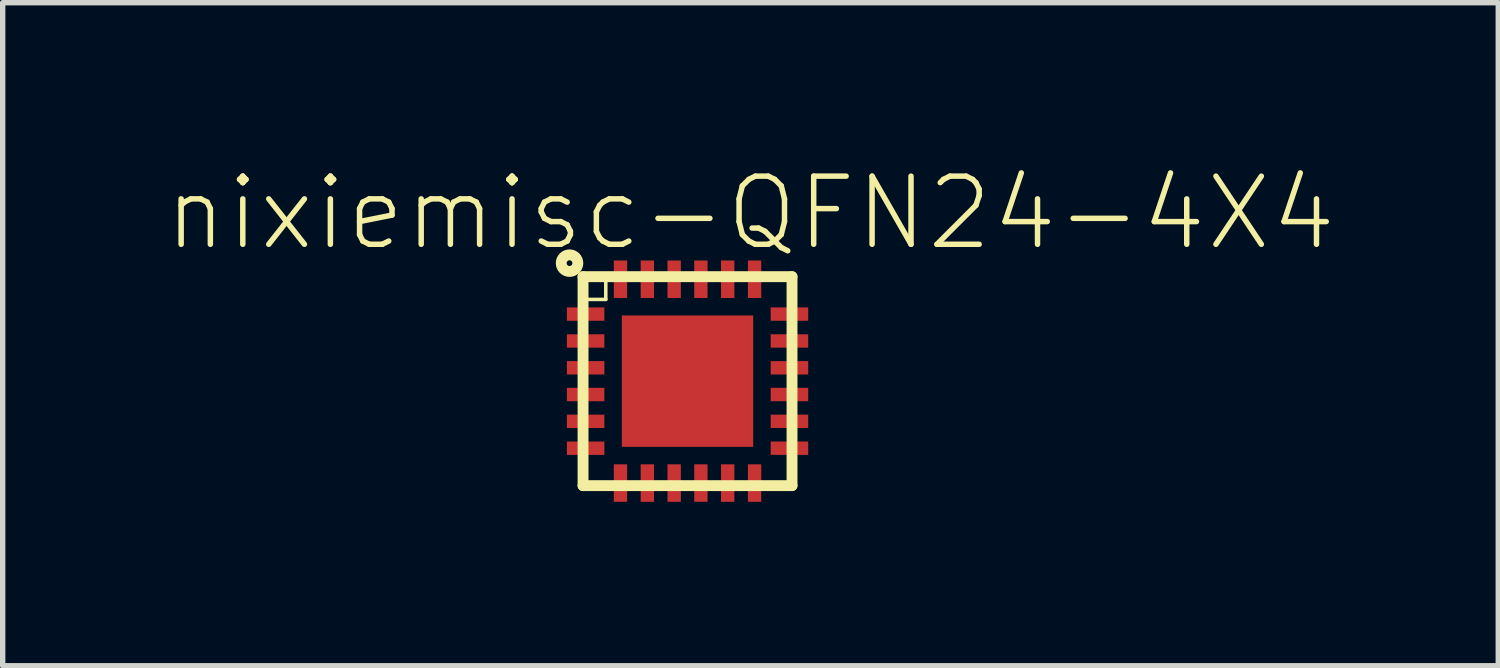
<source format=kicad_pcb>
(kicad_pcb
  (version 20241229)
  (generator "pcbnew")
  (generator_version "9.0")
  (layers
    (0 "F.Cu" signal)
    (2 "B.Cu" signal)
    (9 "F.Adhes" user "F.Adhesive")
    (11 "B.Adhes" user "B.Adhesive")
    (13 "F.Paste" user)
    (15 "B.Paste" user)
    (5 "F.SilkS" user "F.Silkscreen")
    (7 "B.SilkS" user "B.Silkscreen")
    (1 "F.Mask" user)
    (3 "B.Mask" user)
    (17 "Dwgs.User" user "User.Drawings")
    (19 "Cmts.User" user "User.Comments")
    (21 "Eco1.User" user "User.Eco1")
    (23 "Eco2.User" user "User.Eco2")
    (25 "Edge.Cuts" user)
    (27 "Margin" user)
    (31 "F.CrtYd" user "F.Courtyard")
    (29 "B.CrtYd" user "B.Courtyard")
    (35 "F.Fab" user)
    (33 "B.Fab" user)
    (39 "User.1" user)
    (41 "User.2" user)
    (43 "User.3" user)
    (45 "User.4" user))
  (footprint "nixiemisc-QFN24-4X4"
    (layer "F.Cu")
    (at 9.768 4.056)
    (property "Reference" "nixiemisc-QFN24-4X4" (at 1.173 -3.134 0) (layer "F.SilkS") (effects (font (size 1.27 1.27) (thickness 0.102))))
    (attr smd)
    (fp_line (start -2.273 -1.4) (end -1.524 -1.4) (stroke (width 0.066) (type solid)) (layer "F.Mask"))
    (fp_line (start -2.273 -1.1) (end -2.273 -1.4) (stroke (width 0.066) (type solid)) (layer "F.Mask"))
    (fp_line (start -2.273 -1.1) (end -1.524 -1.1) (stroke (width 0.066) (type solid)) (layer "F.Mask"))
    (fp_line (start -2.273 -0.899) (end -1.524 -0.899) (stroke (width 0.066) (type solid)) (layer "F.Mask"))
    (fp_line (start -2.273 -0.599) (end -2.273 -0.899) (stroke (width 0.066) (type solid)) (layer "F.Mask"))
    (fp_line (start -2.273 -0.599) (end -1.524 -0.599) (stroke (width 0.066) (type solid)) (layer "F.Mask"))
    (fp_line (start -2.273 -0.399) (end -1.524 -0.399) (stroke (width 0.066) (type solid)) (layer "F.Mask"))
    (fp_line (start -2.273 -0.099) (end -2.273 -0.399) (stroke (width 0.066) (type solid)) (layer "F.Mask"))
    (fp_line (start -2.273 -0.099) (end -1.524 -0.099) (stroke (width 0.066) (type solid)) (layer "F.Mask"))
    (fp_line (start -2.273 0.099) (end -1.524 0.099) (stroke (width 0.066) (type solid)) (layer "F.Mask"))
    (fp_line (start -2.273 0.399) (end -2.273 0.099) (stroke (width 0.066) (type solid)) (layer "F.Mask"))
    (fp_line (start -2.273 0.399) (end -1.524 0.399) (stroke (width 0.066) (type solid)) (layer "F.Mask"))
    (fp_line (start -2.273 0.599) (end -1.524 0.599) (stroke (width 0.066) (type solid)) (layer "F.Mask"))
    (fp_line (start -2.273 0.899) (end -2.273 0.599) (stroke (width 0.066) (type solid)) (layer "F.Mask"))
    (fp_line (start -2.273 0.899) (end -1.524 0.899) (stroke (width 0.066) (type solid)) (layer "F.Mask"))
    (fp_line (start -2.273 1.1) (end -1.524 1.1) (stroke (width 0.066) (type solid)) (layer "F.Mask"))
    (fp_line (start -2.273 1.4) (end -2.273 1.1) (stroke (width 0.066) (type solid)) (layer "F.Mask"))
    (fp_line (start -2.273 1.4) (end -1.524 1.4) (stroke (width 0.066) (type solid)) (layer "F.Mask"))
    (fp_line (start -1.524 -1.1) (end -1.524 -1.4) (stroke (width 0.066) (type solid)) (layer "F.Mask"))
    (fp_line (start -1.524 -0.599) (end -1.524 -0.899) (stroke (width 0.066) (type solid)) (layer "F.Mask"))
    (fp_line (start -1.524 -0.099) (end -1.524 -0.399) (stroke (width 0.066) (type solid)) (layer "F.Mask"))
    (fp_line (start -1.524 0.399) (end -1.524 0.099) (stroke (width 0.066) (type solid)) (layer "F.Mask"))
    (fp_line (start -1.524 0.899) (end -1.524 0.599) (stroke (width 0.066) (type solid)) (layer "F.Mask"))
    (fp_line (start -1.524 1.4) (end -1.524 1.1) (stroke (width 0.066) (type solid)) (layer "F.Mask"))
    (fp_line (start -1.4 -2.273) (end -1.4 -1.524) (stroke (width 0.066) (type solid)) (layer "F.Mask"))
    (fp_line (start -1.4 -2.273) (end -1.1 -2.273) (stroke (width 0.066) (type solid)) (layer "F.Mask"))
    (fp_line (start -1.4 -1.524) (end -1.1 -1.524) (stroke (width 0.066) (type solid)) (layer "F.Mask"))
    (fp_line (start -1.4 2.273) (end -1.4 1.524) (stroke (width 0.066) (type solid)) (layer "F.Mask"))
    (fp_line (start -1.1 -2.273) (end -1.1 -1.524) (stroke (width 0.066) (type solid)) (layer "F.Mask"))
    (fp_line (start -1.1 1.524) (end -1.4 1.524) (stroke (width 0.066) (type solid)) (layer "F.Mask"))
    (fp_line (start -1.1 2.273) (end -1.4 2.273) (stroke (width 0.066) (type solid)) (layer "F.Mask"))
    (fp_line (start -1.1 2.273) (end -1.1 1.524) (stroke (width 0.066) (type solid)) (layer "F.Mask"))
    (fp_line (start -0.899 -2.273) (end -0.899 -1.524) (stroke (width 0.066) (type solid)) (layer "F.Mask"))
    (fp_line (start -0.899 -2.273) (end -0.599 -2.273) (stroke (width 0.066) (type solid)) (layer "F.Mask"))
    (fp_line (start -0.899 -1.524) (end -0.599 -1.524) (stroke (width 0.066) (type solid)) (layer "F.Mask"))
    (fp_line (start -0.899 2.273) (end -0.899 1.524) (stroke (width 0.066) (type solid)) (layer "F.Mask"))
    (fp_line (start -0.599 -2.273) (end -0.599 -1.524) (stroke (width 0.066) (type solid)) (layer "F.Mask"))
    (fp_line (start -0.599 1.524) (end -0.899 1.524) (stroke (width 0.066) (type solid)) (layer "F.Mask"))
    (fp_line (start -0.599 2.273) (end -0.899 2.273) (stroke (width 0.066) (type solid)) (layer "F.Mask"))
    (fp_line (start -0.599 2.273) (end -0.599 1.524) (stroke (width 0.066) (type solid)) (layer "F.Mask"))
    (fp_line (start -0.399 -2.273) (end -0.399 -1.524) (stroke (width 0.066) (type solid)) (layer "F.Mask"))
    (fp_line (start -0.399 -2.273) (end -0.099 -2.273) (stroke (width 0.066) (type solid)) (layer "F.Mask"))
    (fp_line (start -0.399 -1.524) (end -0.099 -1.524) (stroke (width 0.066) (type solid)) (layer "F.Mask"))
    (fp_line (start -0.399 2.273) (end -0.399 1.524) (stroke (width 0.066) (type solid)) (layer "F.Mask"))
    (fp_line (start -0.099 -2.273) (end -0.099 -1.524) (stroke (width 0.066) (type solid)) (layer "F.Mask"))
    (fp_line (start -0.099 1.524) (end -0.399 1.524) (stroke (width 0.066) (type solid)) (layer "F.Mask"))
    (fp_line (start -0.099 2.273) (end -0.399 2.273) (stroke (width 0.066) (type solid)) (layer "F.Mask"))
    (fp_line (start -0.099 2.273) (end -0.099 1.524) (stroke (width 0.066) (type solid)) (layer "F.Mask"))
    (fp_line (start 0.099 -2.273) (end 0.099 -1.524) (stroke (width 0.066) (type solid)) (layer "F.Mask"))
    (fp_line (start 0.099 -2.273) (end 0.399 -2.273) (stroke (width 0.066) (type solid)) (layer "F.Mask"))
    (fp_line (start 0.099 -1.524) (end 0.399 -1.524) (stroke (width 0.066) (type solid)) (layer "F.Mask"))
    (fp_line (start 0.099 2.273) (end 0.099 1.524) (stroke (width 0.066) (type solid)) (layer "F.Mask"))
    (fp_line (start 0.399 -2.273) (end 0.399 -1.524) (stroke (width 0.066) (type solid)) (layer "F.Mask"))
    (fp_line (start 0.399 1.524) (end 0.099 1.524) (stroke (width 0.066) (type solid)) (layer "F.Mask"))
    (fp_line (start 0.399 2.273) (end 0.099 2.273) (stroke (width 0.066) (type solid)) (layer "F.Mask"))
    (fp_line (start 0.399 2.273) (end 0.399 1.524) (stroke (width 0.066) (type solid)) (layer "F.Mask"))
    (fp_line (start 0.599 -2.273) (end 0.599 -1.524) (stroke (width 0.066) (type solid)) (layer "F.Mask"))
    (fp_line (start 0.599 -2.273) (end 0.899 -2.273) (stroke (width 0.066) (type solid)) (layer "F.Mask"))
    (fp_line (start 0.599 -1.524) (end 0.899 -1.524) (stroke (width 0.066) (type solid)) (layer "F.Mask"))
    (fp_line (start 0.599 2.273) (end 0.599 1.524) (stroke (width 0.066) (type solid)) (layer "F.Mask"))
    (fp_line (start 0.899 -2.273) (end 0.899 -1.524) (stroke (width 0.066) (type solid)) (layer "F.Mask"))
    (fp_line (start 0.899 1.524) (end 0.599 1.524) (stroke (width 0.066) (type solid)) (layer "F.Mask"))
    (fp_line (start 0.899 2.273) (end 0.599 2.273) (stroke (width 0.066) (type solid)) (layer "F.Mask"))
    (fp_line (start 0.899 2.273) (end 0.899 1.524) (stroke (width 0.066) (type solid)) (layer "F.Mask"))
    (fp_line (start 1.1 -2.273) (end 1.1 -1.524) (stroke (width 0.066) (type solid)) (layer "F.Mask"))
    (fp_line (start 1.1 -2.273) (end 1.4 -2.273) (stroke (width 0.066) (type solid)) (layer "F.Mask"))
    (fp_line (start 1.1 -1.524) (end 1.4 -1.524) (stroke (width 0.066) (type solid)) (layer "F.Mask"))
    (fp_line (start 1.1 2.273) (end 1.1 1.524) (stroke (width 0.066) (type solid)) (layer "F.Mask"))
    (fp_line (start 1.4 -2.273) (end 1.4 -1.524) (stroke (width 0.066) (type solid)) (layer "F.Mask"))
    (fp_line (start 1.4 1.524) (end 1.1 1.524) (stroke (width 0.066) (type solid)) (layer "F.Mask"))
    (fp_line (start 1.4 2.273) (end 1.1 2.273) (stroke (width 0.066) (type solid)) (layer "F.Mask"))
    (fp_line (start 1.4 2.273) (end 1.4 1.524) (stroke (width 0.066) (type solid)) (layer "F.Mask"))
    (fp_line (start 1.524 -1.4) (end 1.524 -1.1) (stroke (width 0.066) (type solid)) (layer "F.Mask"))
    (fp_line (start 1.524 -0.899) (end 1.524 -0.599) (stroke (width 0.066) (type solid)) (layer "F.Mask"))
    (fp_line (start 1.524 -0.399) (end 1.524 -0.099) (stroke (width 0.066) (type solid)) (layer "F.Mask"))
    (fp_line (start 1.524 0.099) (end 1.524 0.399) (stroke (width 0.066) (type solid)) (layer "F.Mask"))
    (fp_line (start 1.524 0.599) (end 1.524 0.899) (stroke (width 0.066) (type solid)) (layer "F.Mask"))
    (fp_line (start 1.524 1.1) (end 1.524 1.4) (stroke (width 0.066) (type solid)) (layer "F.Mask"))
    (fp_line (start 2.273 -1.4) (end 1.524 -1.4) (stroke (width 0.066) (type solid)) (layer "F.Mask"))
    (fp_line (start 2.273 -1.4) (end 2.273 -1.1) (stroke (width 0.066) (type solid)) (layer "F.Mask"))
    (fp_line (start 2.273 -1.1) (end 1.524 -1.1) (stroke (width 0.066) (type solid)) (layer "F.Mask"))
    (fp_line (start 2.273 -0.899) (end 1.524 -0.899) (stroke (width 0.066) (type solid)) (layer "F.Mask"))
    (fp_line (start 2.273 -0.899) (end 2.273 -0.599) (stroke (width 0.066) (type solid)) (layer "F.Mask"))
    (fp_line (start 2.273 -0.599) (end 1.524 -0.599) (stroke (width 0.066) (type solid)) (layer "F.Mask"))
    (fp_line (start 2.273 -0.399) (end 1.524 -0.399) (stroke (width 0.066) (type solid)) (layer "F.Mask"))
    (fp_line (start 2.273 -0.399) (end 2.273 -0.099) (stroke (width 0.066) (type solid)) (layer "F.Mask"))
    (fp_line (start 2.273 -0.099) (end 1.524 -0.099) (stroke (width 0.066) (type solid)) (layer "F.Mask"))
    (fp_line (start 2.273 0.099) (end 1.524 0.099) (stroke (width 0.066) (type solid)) (layer "F.Mask"))
    (fp_line (start 2.273 0.099) (end 2.273 0.399) (stroke (width 0.066) (type solid)) (layer "F.Mask"))
    (fp_line (start 2.273 0.399) (end 1.524 0.399) (stroke (width 0.066) (type solid)) (layer "F.Mask"))
    (fp_line (start 2.273 0.599) (end 1.524 0.599) (stroke (width 0.066) (type solid)) (layer "F.Mask"))
    (fp_line (start 2.273 0.599) (end 2.273 0.899) (stroke (width 0.066) (type solid)) (layer "F.Mask"))
    (fp_line (start 2.273 0.899) (end 1.524 0.899) (stroke (width 0.066) (type solid)) (layer "F.Mask"))
    (fp_line (start 2.273 1.1) (end 1.524 1.1) (stroke (width 0.066) (type solid)) (layer "F.Mask"))
    (fp_line (start 2.273 1.1) (end 2.273 1.4) (stroke (width 0.066) (type solid)) (layer "F.Mask"))
    (fp_line (start 2.273 1.4) (end 1.524 1.4) (stroke (width 0.066) (type solid)) (layer "F.Mask"))
    (fp_poly (pts (xy -1.173 -1.173) (xy 0.973 -1.173) (xy 0.978 -1.118) (xy 0.996 -1.067) (xy 1.026 -1.019) (xy 1.069 -0.983) (xy 1.12 -0.96) (xy 1.173 -0.95) (xy 1.173 1.173) (xy -1.173 1.173) (xy -1.173 -1.173)) (stroke (width 0.203) (type solid)) (fill no) (layer "F.Mask"))
    (fp_line (start -1.948 -1.974) (end -1.524 -1.974) (stroke (width 0.066) (type solid)) (layer "F.SilkS"))
    (fp_line (start -1.948 -1.948) (end -1.948 1.948) (stroke (width 0.203) (type solid)) (layer "F.SilkS"))
    (fp_line (start -1.948 -1.524) (end -1.948 -1.974) (stroke (width 0.066) (type solid)) (layer "F.SilkS"))
    (fp_line (start -1.948 -1.524) (end -1.524 -1.524) (stroke (width 0.066) (type solid)) (layer "F.SilkS"))
    (fp_line (start -1.948 1.948) (end 1.948 1.948) (stroke (width 0.203) (type solid)) (layer "F.SilkS"))
    (fp_line (start -1.524 -1.524) (end -1.524 -1.974) (stroke (width 0.066) (type solid)) (layer "F.SilkS"))
    (fp_line (start 1.948 -1.948) (end -1.948 -1.948) (stroke (width 0.203) (type solid)) (layer "F.SilkS"))
    (fp_line (start 1.948 1.948) (end 1.948 -1.948) (stroke (width 0.203) (type solid)) (layer "F.SilkS"))
    (fp_circle (center -2.2 -2.2) (end -2.2 -2.355) (stroke (width 0.203) (type solid)) (fill no) (layer "F.SilkS"))
    (fp_line (start -2.2 -1.349) (end -1.575 -1.349) (stroke (width 0.066) (type solid)) (layer "F.Paste"))
    (fp_line (start -2.2 -1.148) (end -2.2 -1.349) (stroke (width 0.066) (type solid)) (layer "F.Paste"))
    (fp_line (start -2.2 -1.148) (end -1.575 -1.148) (stroke (width 0.066) (type solid)) (layer "F.Paste"))
    (fp_line (start -2.2 -0.848) (end -1.575 -0.848) (stroke (width 0.066) (type solid)) (layer "F.Paste"))
    (fp_line (start -2.2 -0.648) (end -2.2 -0.848) (stroke (width 0.066) (type solid)) (layer "F.Paste"))
    (fp_line (start -2.2 -0.648) (end -1.575 -0.648) (stroke (width 0.066) (type solid)) (layer "F.Paste"))
    (fp_line (start -2.2 -0.348) (end -1.575 -0.348) (stroke (width 0.066) (type solid)) (layer "F.Paste"))
    (fp_line (start -2.2 -0.15) (end -2.2 -0.348) (stroke (width 0.066) (type solid)) (layer "F.Paste"))
    (fp_line (start -2.2 -0.15) (end -1.575 -0.15) (stroke (width 0.066) (type solid)) (layer "F.Paste"))
    (fp_line (start -2.2 0.15) (end -1.575 0.15) (stroke (width 0.066) (type solid)) (layer "F.Paste"))
    (fp_line (start -2.2 0.348) (end -2.2 0.15) (stroke (width 0.066) (type solid)) (layer "F.Paste"))
    (fp_line (start -2.2 0.348) (end -1.575 0.348) (stroke (width 0.066) (type solid)) (layer "F.Paste"))
    (fp_line (start -2.2 0.648) (end -1.575 0.648) (stroke (width 0.066) (type solid)) (layer "F.Paste"))
    (fp_line (start -2.2 0.848) (end -2.2 0.648) (stroke (width 0.066) (type solid)) (layer "F.Paste"))
    (fp_line (start -2.2 0.848) (end -1.575 0.848) (stroke (width 0.066) (type solid)) (layer "F.Paste"))
    (fp_line (start -2.2 1.148) (end -1.575 1.148) (stroke (width 0.066) (type solid)) (layer "F.Paste"))
    (fp_line (start -2.2 1.349) (end -2.2 1.148) (stroke (width 0.066) (type solid)) (layer "F.Paste"))
    (fp_line (start -2.2 1.349) (end -1.575 1.349) (stroke (width 0.066) (type solid)) (layer "F.Paste"))
    (fp_line (start -1.575 -1.148) (end -1.575 -1.349) (stroke (width 0.066) (type solid)) (layer "F.Paste"))
    (fp_line (start -1.575 -0.648) (end -1.575 -0.848) (stroke (width 0.066) (type solid)) (layer "F.Paste"))
    (fp_line (start -1.575 -0.15) (end -1.575 -0.348) (stroke (width 0.066) (type solid)) (layer "F.Paste"))
    (fp_line (start -1.575 0.348) (end -1.575 0.15) (stroke (width 0.066) (type solid)) (layer "F.Paste"))
    (fp_line (start -1.575 0.848) (end -1.575 0.648) (stroke (width 0.066) (type solid)) (layer "F.Paste"))
    (fp_line (start -1.575 1.349) (end -1.575 1.148) (stroke (width 0.066) (type solid)) (layer "F.Paste"))
    (fp_line (start -1.349 -2.2) (end -1.349 -1.575) (stroke (width 0.066) (type solid)) (layer "F.Paste"))
    (fp_line (start -1.349 -2.2) (end -1.148 -2.2) (stroke (width 0.066) (type solid)) (layer "F.Paste"))
    (fp_line (start -1.349 -1.575) (end -1.148 -1.575) (stroke (width 0.066) (type solid)) (layer "F.Paste"))
    (fp_line (start -1.349 2.2) (end -1.349 1.575) (stroke (width 0.066) (type solid)) (layer "F.Paste"))
    (fp_line (start -1.148 -2.2) (end -1.148 -1.575) (stroke (width 0.066) (type solid)) (layer "F.Paste"))
    (fp_line (start -1.148 1.575) (end -1.349 1.575) (stroke (width 0.066) (type solid)) (layer "F.Paste"))
    (fp_line (start -1.148 2.2) (end -1.349 2.2) (stroke (width 0.066) (type solid)) (layer "F.Paste"))
    (fp_line (start -1.148 2.2) (end -1.148 1.575) (stroke (width 0.066) (type solid)) (layer "F.Paste"))
    (fp_line (start -0.848 -2.2) (end -0.848 -1.575) (stroke (width 0.066) (type solid)) (layer "F.Paste"))
    (fp_line (start -0.848 -2.2) (end -0.648 -2.2) (stroke (width 0.066) (type solid)) (layer "F.Paste"))
    (fp_line (start -0.848 -1.575) (end -0.648 -1.575) (stroke (width 0.066) (type solid)) (layer "F.Paste"))
    (fp_line (start -0.848 2.2) (end -0.848 1.575) (stroke (width 0.066) (type solid)) (layer "F.Paste"))
    (fp_line (start -0.648 -2.2) (end -0.648 -1.575) (stroke (width 0.066) (type solid)) (layer "F.Paste"))
    (fp_line (start -0.648 1.575) (end -0.848 1.575) (stroke (width 0.066) (type solid)) (layer "F.Paste"))
    (fp_line (start -0.648 2.2) (end -0.848 2.2) (stroke (width 0.066) (type solid)) (layer "F.Paste"))
    (fp_line (start -0.648 2.2) (end -0.648 1.575) (stroke (width 0.066) (type solid)) (layer "F.Paste"))
    (fp_line (start -0.348 -2.2) (end -0.348 -1.575) (stroke (width 0.066) (type solid)) (layer "F.Paste"))
    (fp_line (start -0.348 -2.2) (end -0.15 -2.2) (stroke (width 0.066) (type solid)) (layer "F.Paste"))
    (fp_line (start -0.348 -1.575) (end -0.15 -1.575) (stroke (width 0.066) (type solid)) (layer "F.Paste"))
    (fp_line (start -0.348 2.2) (end -0.348 1.575) (stroke (width 0.066) (type solid)) (layer "F.Paste"))
    (fp_line (start -0.15 -2.2) (end -0.15 -1.575) (stroke (width 0.066) (type solid)) (layer "F.Paste"))
    (fp_line (start -0.15 1.575) (end -0.348 1.575) (stroke (width 0.066) (type solid)) (layer "F.Paste"))
    (fp_line (start -0.15 2.2) (end -0.348 2.2) (stroke (width 0.066) (type solid)) (layer "F.Paste"))
    (fp_line (start -0.15 2.2) (end -0.15 1.575) (stroke (width 0.066) (type solid)) (layer "F.Paste"))
    (fp_line (start 0.15 -2.2) (end 0.15 -1.575) (stroke (width 0.066) (type solid)) (layer "F.Paste"))
    (fp_line (start 0.15 -2.2) (end 0.348 -2.2) (stroke (width 0.066) (type solid)) (layer "F.Paste"))
    (fp_line (start 0.15 -1.575) (end 0.348 -1.575) (stroke (width 0.066) (type solid)) (layer "F.Paste"))
    (fp_line (start 0.15 2.2) (end 0.15 1.575) (stroke (width 0.066) (type solid)) (layer "F.Paste"))
    (fp_line (start 0.348 -2.2) (end 0.348 -1.575) (stroke (width 0.066) (type solid)) (layer "F.Paste"))
    (fp_line (start 0.348 1.575) (end 0.15 1.575) (stroke (width 0.066) (type solid)) (layer "F.Paste"))
    (fp_line (start 0.348 2.2) (end 0.15 2.2) (stroke (width 0.066) (type solid)) (layer "F.Paste"))
    (fp_line (start 0.348 2.2) (end 0.348 1.575) (stroke (width 0.066) (type solid)) (layer "F.Paste"))
    (fp_line (start 0.648 -2.2) (end 0.648 -1.575) (stroke (width 0.066) (type solid)) (layer "F.Paste"))
    (fp_line (start 0.648 -2.2) (end 0.848 -2.2) (stroke (width 0.066) (type solid)) (layer "F.Paste"))
    (fp_line (start 0.648 -1.575) (end 0.848 -1.575) (stroke (width 0.066) (type solid)) (layer "F.Paste"))
    (fp_line (start 0.648 2.2) (end 0.648 1.575) (stroke (width 0.066) (type solid)) (layer "F.Paste"))
    (fp_line (start 0.848 -2.2) (end 0.848 -1.575) (stroke (width 0.066) (type solid)) (layer "F.Paste"))
    (fp_line (start 0.848 1.575) (end 0.648 1.575) (stroke (width 0.066) (type solid)) (layer "F.Paste"))
    (fp_line (start 0.848 2.2) (end 0.648 2.2) (stroke (width 0.066) (type solid)) (layer "F.Paste"))
    (fp_line (start 0.848 2.2) (end 0.848 1.575) (stroke (width 0.066) (type solid)) (layer "F.Paste"))
    (fp_line (start 1.148 -2.2) (end 1.148 -1.575) (stroke (width 0.066) (type solid)) (layer "F.Paste"))
    (fp_line (start 1.148 -2.2) (end 1.349 -2.2) (stroke (width 0.066) (type solid)) (layer "F.Paste"))
    (fp_line (start 1.148 -1.575) (end 1.349 -1.575) (stroke (width 0.066) (type solid)) (layer "F.Paste"))
    (fp_line (start 1.148 2.2) (end 1.148 1.575) (stroke (width 0.066) (type solid)) (layer "F.Paste"))
    (fp_line (start 1.349 -2.2) (end 1.349 -1.575) (stroke (width 0.066) (type solid)) (layer "F.Paste"))
    (fp_line (start 1.349 1.575) (end 1.148 1.575) (stroke (width 0.066) (type solid)) (layer "F.Paste"))
    (fp_line (start 1.349 2.2) (end 1.148 2.2) (stroke (width 0.066) (type solid)) (layer "F.Paste"))
    (fp_line (start 1.349 2.2) (end 1.349 1.575) (stroke (width 0.066) (type solid)) (layer "F.Paste"))
    (fp_line (start 1.575 -1.349) (end 1.575 -1.148) (stroke (width 0.066) (type solid)) (layer "F.Paste"))
    (fp_line (start 1.575 -0.848) (end 1.575 -0.648) (stroke (width 0.066) (type solid)) (layer "F.Paste"))
    (fp_line (start 1.575 -0.348) (end 1.575 -0.15) (stroke (width 0.066) (type solid)) (layer "F.Paste"))
    (fp_line (start 1.575 0.15) (end 1.575 0.348) (stroke (width 0.066) (type solid)) (layer "F.Paste"))
    (fp_line (start 1.575 0.648) (end 1.575 0.848) (stroke (width 0.066) (type solid)) (layer "F.Paste"))
    (fp_line (start 1.575 1.148) (end 1.575 1.349) (stroke (width 0.066) (type solid)) (layer "F.Paste"))
    (fp_line (start 2.2 -1.349) (end 1.575 -1.349) (stroke (width 0.066) (type solid)) (layer "F.Paste"))
    (fp_line (start 2.2 -1.349) (end 2.2 -1.148) (stroke (width 0.066) (type solid)) (layer "F.Paste"))
    (fp_line (start 2.2 -1.148) (end 1.575 -1.148) (stroke (width 0.066) (type solid)) (layer "F.Paste"))
    (fp_line (start 2.2 -0.848) (end 1.575 -0.848) (stroke (width 0.066) (type solid)) (layer "F.Paste"))
    (fp_line (start 2.2 -0.848) (end 2.2 -0.648) (stroke (width 0.066) (type solid)) (layer "F.Paste"))
    (fp_line (start 2.2 -0.648) (end 1.575 -0.648) (stroke (width 0.066) (type solid)) (layer "F.Paste"))
    (fp_line (start 2.2 -0.348) (end 1.575 -0.348) (stroke (width 0.066) (type solid)) (layer "F.Paste"))
    (fp_line (start 2.2 -0.348) (end 2.2 -0.15) (stroke (width 0.066) (type solid)) (layer "F.Paste"))
    (fp_line (start 2.2 -0.15) (end 1.575 -0.15) (stroke (width 0.066) (type solid)) (layer "F.Paste"))
    (fp_line (start 2.2 0.15) (end 1.575 0.15) (stroke (width 0.066) (type solid)) (layer "F.Paste"))
    (fp_line (start 2.2 0.15) (end 2.2 0.348) (stroke (width 0.066) (type solid)) (layer "F.Paste"))
    (fp_line (start 2.2 0.348) (end 1.575 0.348) (stroke (width 0.066) (type solid)) (layer "F.Paste"))
    (fp_line (start 2.2 0.648) (end 1.575 0.648) (stroke (width 0.066) (type solid)) (layer "F.Paste"))
    (fp_line (start 2.2 0.648) (end 2.2 0.848) (stroke (width 0.066) (type solid)) (layer "F.Paste"))
    (fp_line (start 2.2 0.848) (end 1.575 0.848) (stroke (width 0.066) (type solid)) (layer "F.Paste"))
    (fp_line (start 2.2 1.148) (end 1.575 1.148) (stroke (width 0.066) (type solid)) (layer "F.Paste"))
    (fp_line (start 2.2 1.148) (end 2.2 1.349) (stroke (width 0.066) (type solid)) (layer "F.Paste"))
    (fp_line (start 2.2 1.349) (end 1.575 1.349) (stroke (width 0.066) (type solid)) (layer "F.Paste"))
    (fp_poly (pts (xy -0.998 -0.998) (xy 0.998 -0.998) (xy 0.998 0.998) (xy -0.998 0.998) (xy -0.998 -0.998)) (stroke (width 0.203) (type solid)) (fill no) (layer "F.Paste"))
    (pad "1" smd rect (at -1.9 -1.25) (size 0.699 0.249) (layers "F.Cu" "F.Mask" "F.Paste"))
    (pad "2" smd rect (at -1.9 -0.749) (size 0.699 0.249) (layers "F.Cu" "F.Mask" "F.Paste"))
    (pad "3" smd rect (at -1.9 -0.249) (size 0.699 0.249) (layers "F.Cu" "F.Mask" "F.Paste"))
    (pad "4" smd rect (at -1.9 0.249) (size 0.699 0.249) (layers "F.Cu" "F.Mask" "F.Paste"))
    (pad "5" smd rect (at -1.9 0.749) (size 0.699 0.249) (layers "F.Cu" "F.Mask" "F.Paste"))
    (pad "6" smd rect (at -1.9 1.25) (size 0.699 0.249) (layers "F.Cu" "F.Mask" "F.Paste"))
    (pad "7" smd rect (at -1.25 1.9 90) (size 0.699 0.249) (layers "F.Cu" "F.Mask" "F.Paste"))
    (pad "8" smd rect (at -0.749 1.9 90) (size 0.699 0.249) (layers "F.Cu" "F.Mask" "F.Paste"))
    (pad "9" smd rect (at -0.249 1.9 90) (size 0.699 0.249) (layers "F.Cu" "F.Mask" "F.Paste"))
    (pad "10" smd rect (at 0.249 1.9 90) (size 0.699 0.249) (layers "F.Cu" "F.Mask" "F.Paste"))
    (pad "11" smd rect (at 0.749 1.9 90) (size 0.699 0.249) (layers "F.Cu" "F.Mask" "F.Paste"))
    (pad "12" smd rect (at 1.25 1.9 90) (size 0.699 0.249) (layers "F.Cu" "F.Mask" "F.Paste"))
    (pad "13" smd rect (at 1.9 1.25 180) (size 0.699 0.249) (layers "F.Cu" "F.Mask" "F.Paste"))
    (pad "14" smd rect (at 1.9 0.749 180) (size 0.699 0.249) (layers "F.Cu" "F.Mask" "F.Paste"))
    (pad "15" smd rect (at 1.9 0.249 180) (size 0.699 0.249) (layers "F.Cu" "F.Mask" "F.Paste"))
    (pad "16" smd rect (at 1.9 -0.249 180) (size 0.699 0.249) (layers "F.Cu" "F.Mask" "F.Paste"))
    (pad "17" smd rect (at 1.9 -0.749 180) (size 0.699 0.249) (layers "F.Cu" "F.Mask" "F.Paste"))
    (pad "18" smd rect (at 1.9 -1.25 180) (size 0.699 0.249) (layers "F.Cu" "F.Mask" "F.Paste"))
    (pad "19" smd rect (at 1.25 -1.9 270) (size 0.699 0.249) (layers "F.Cu" "F.Mask" "F.Paste"))
    (pad "20" smd rect (at 0.749 -1.9 270) (size 0.699 0.249) (layers "F.Cu" "F.Mask" "F.Paste"))
    (pad "21" smd rect (at 0.249 -1.9 270) (size 0.699 0.249) (layers "F.Cu" "F.Mask" "F.Paste"))
    (pad "22" smd rect (at -0.249 -1.9 270) (size 0.699 0.249) (layers "F.Cu" "F.Mask" "F.Paste"))
    (pad "23" smd rect (at -0.749 -1.9 270) (size 0.699 0.249) (layers "F.Cu" "F.Mask" "F.Paste"))
    (pad "24" smd rect (at -1.25 -1.9 270) (size 0.699 0.249) (layers "F.Cu" "F.Mask" "F.Paste"))
    (pad "EXP" smd rect (at 0 0) (size 2.449 2.449) (layers "F.Cu" "F.Mask" "F.Paste")))
  (gr_rect
    (start -3 -3)
    (end 24.883 9.362)
    (stroke (width 0.1) (type default))
    (fill no)
    (layer "Edge.Cuts")))
</source>
